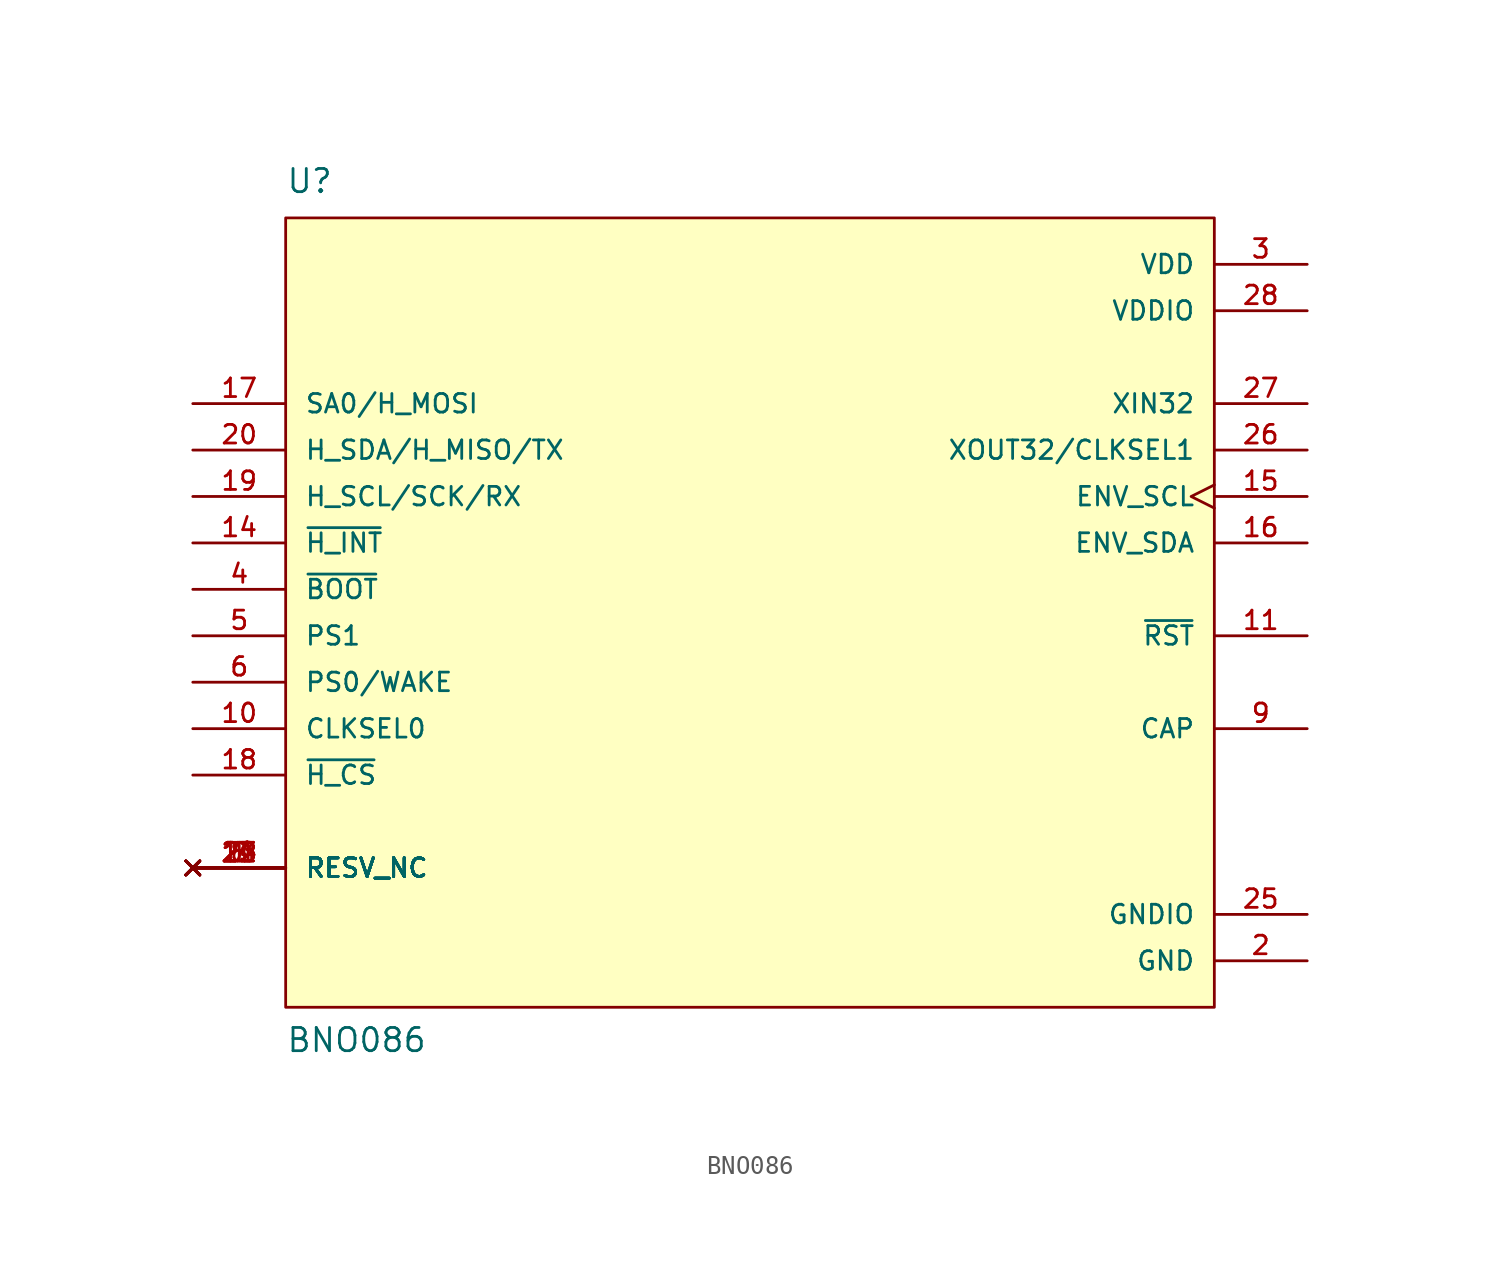
<source format=kicad_sym>
(kicad_symbol_lib
  (version 20211014)
  (generator kicad_symbol_editor)
  (symbol "BNO086"
    (pin_names
      (offset 1.016))
    (property "Reference" "U"
      (at -25.4 21.59 0)
      (effects (font (size 1.27 1.27)) (justify bottom left)))
    (property "Value" "BNO086"
      (at -25.4 -25.4 0)
      (effects (font (size 1.27 1.27)) (justify bottom left)))
    (symbol "BNO086_0_0"
      (rectangle (start -25.4 -22.86) (end 25.4 20.32) (stroke (width 0.152)) (fill (type background)))
      (pin power_in line (at 30.48 -20.32 180.0) (length 5.08) (name "GND" (effects (font (size 1.016 1.016)))) (number "2" (effects (font (size 1.016 1.016)))))
      (pin input line (at 30.48 -2.54 180.0) (length 5.08) (name "~{RST}" (effects (font (size 1.016 1.016)))) (number "11" (effects (font (size 1.016 1.016)))))
      (pin passive line (at 30.48 -7.62 180.0) (length 5.08) (name "CAP" (effects (font (size 1.016 1.016)))) (number "9" (effects (font (size 1.016 1.016)))))
      (pin power_in line (at 30.48 17.78 180.0) (length 5.08) (name "VDD" (effects (font (size 1.016 1.016)))) (number "3" (effects (font (size 1.016 1.016)))))
      (pin input line (at 30.48 10.16 180.0) (length 5.08) (name "XIN32" (effects (font (size 1.016 1.016)))) (number "27" (effects (font (size 1.016 1.016)))))
      (pin output line (at 30.48 7.62 180.0) (length 5.08) (name "XOUT32/CLKSEL1" (effects (font (size 1.016 1.016)))) (number "26" (effects (font (size 1.016 1.016)))))
      (pin bidirectional line (at 30.48 2.54 180.0) (length 5.08) (name "ENV_SDA" (effects (font (size 1.016 1.016)))) (number "16" (effects (font (size 1.016 1.016)))))
      (pin bidirectional clock (at 30.48 5.08 180.0) (length 5.08) (name "ENV_SCL" (effects (font (size 1.016 1.016)))) (number "15" (effects (font (size 1.016 1.016)))))
      (pin input line (at -30.48 0.0 0) (length 5.08) (name "~{BOOT}" (effects (font (size 1.016 1.016)))) (number "4" (effects (font (size 1.016 1.016)))))
      (pin output line (at -30.48 2.54 0) (length 5.08) (name "~{H_INT}" (effects (font (size 1.016 1.016)))) (number "14" (effects (font (size 1.016 1.016)))))
      (pin bidirectional line (at -30.48 5.08 0) (length 5.08) (name "H_SCL/SCK/RX" (effects (font (size 1.016 1.016)))) (number "19" (effects (font (size 1.016 1.016)))))
      (pin bidirectional line (at -30.48 7.62 0) (length 5.08) (name "H_SDA/H_MISO/TX" (effects (font (size 1.016 1.016)))) (number "20" (effects (font (size 1.016 1.016)))))
      (pin input line (at -30.48 10.16 0) (length 5.08) (name "SA0/H_MOSI" (effects (font (size 1.016 1.016)))) (number "17" (effects (font (size 1.016 1.016)))))
      (pin power_in line (at 30.48 15.24 180.0) (length 5.08) (name "VDDIO" (effects (font (size 1.016 1.016)))) (number "28" (effects (font (size 1.016 1.016)))))
      (pin power_in line (at 30.48 -17.78 180.0) (length 5.08) (name "GNDIO" (effects (font (size 1.016 1.016)))) (number "25" (effects (font (size 1.016 1.016)))))
      (pin input line (at -30.48 -10.16 0) (length 5.08) (name "~{H_CS}" (effects (font (size 1.016 1.016)))) (number "18" (effects (font (size 1.016 1.016)))))
      (pin input line (at -30.48 -7.62 0) (length 5.08) (name "CLKSEL0" (effects (font (size 1.016 1.016)))) (number "10" (effects (font (size 1.016 1.016)))))
      (pin input line (at -30.48 -5.08 0) (length 5.08) (name "PS0/WAKE" (effects (font (size 1.016 1.016)))) (number "6" (effects (font (size 1.016 1.016)))))
      (pin input line (at -30.48 -2.54 0) (length 5.08) (name "PS1" (effects (font (size 1.016 1.016)))) (number "5" (effects (font (size 1.016 1.016)))))
      (pin no_connect line (at -30.48 -15.24 0) (length 5.08) (name "RESV_NC" (effects (font (size 1.016 1.016)))) (number "1" (effects (font (size 1.016 1.016)))))
      (pin no_connect line (at -30.48 -15.24 0) (length 5.08) (name "RESV_NC" (effects (font (size 1.016 1.016)))) (number "7" (effects (font (size 1.016 1.016)))))
      (pin no_connect line (at -30.48 -15.24 0) (length 5.08) (name "RESV_NC" (effects (font (size 1.016 1.016)))) (number "8" (effects (font (size 1.016 1.016)))))
      (pin no_connect line (at -30.48 -15.24 0) (length 5.08) (name "RESV_NC" (effects (font (size 1.016 1.016)))) (number "12" (effects (font (size 1.016 1.016)))))
      (pin no_connect line (at -30.48 -15.24 0) (length 5.08) (name "RESV_NC" (effects (font (size 1.016 1.016)))) (number "13" (effects (font (size 1.016 1.016)))))
      (pin no_connect line (at -30.48 -15.24 0) (length 5.08) (name "RESV_NC" (effects (font (size 1.016 1.016)))) (number "21" (effects (font (size 1.016 1.016)))))
      (pin no_connect line (at -30.48 -15.24 0) (length 5.08) (name "RESV_NC" (effects (font (size 1.016 1.016)))) (number "22" (effects (font (size 1.016 1.016)))))
      (pin no_connect line (at -30.48 -15.24 0) (length 5.08) (name "RESV_NC" (effects (font (size 1.016 1.016)))) (number "23" (effects (font (size 1.016 1.016)))))
      (pin no_connect line (at -30.48 -15.24 0) (length 5.08) (name "RESV_NC" (effects (font (size 1.016 1.016)))) (number "24" (effects (font (size 1.016 1.016))))))))
</source>
